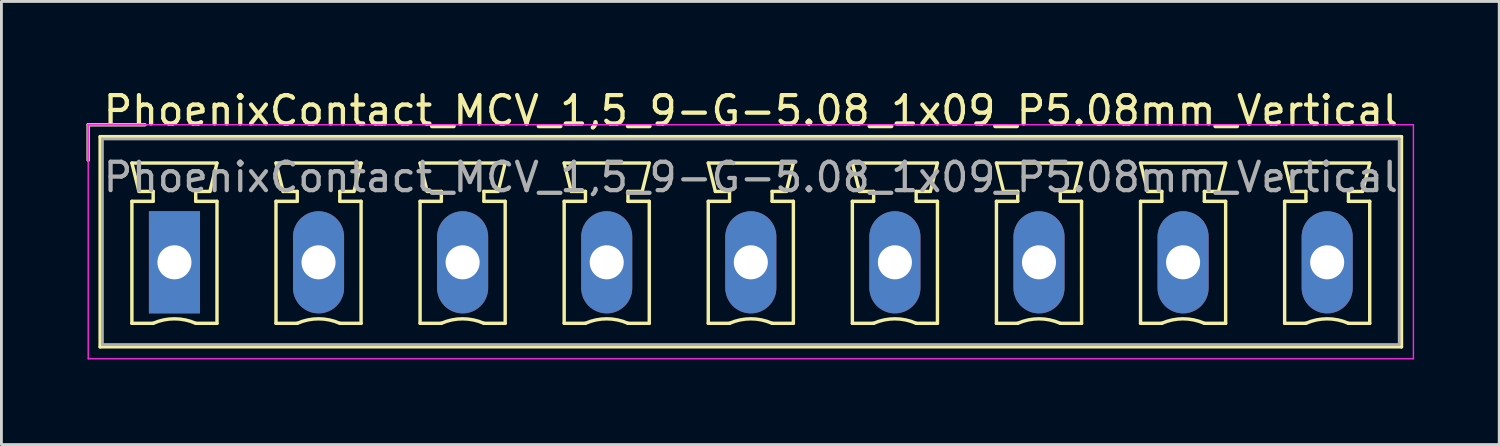
<source format=kicad_pcb>
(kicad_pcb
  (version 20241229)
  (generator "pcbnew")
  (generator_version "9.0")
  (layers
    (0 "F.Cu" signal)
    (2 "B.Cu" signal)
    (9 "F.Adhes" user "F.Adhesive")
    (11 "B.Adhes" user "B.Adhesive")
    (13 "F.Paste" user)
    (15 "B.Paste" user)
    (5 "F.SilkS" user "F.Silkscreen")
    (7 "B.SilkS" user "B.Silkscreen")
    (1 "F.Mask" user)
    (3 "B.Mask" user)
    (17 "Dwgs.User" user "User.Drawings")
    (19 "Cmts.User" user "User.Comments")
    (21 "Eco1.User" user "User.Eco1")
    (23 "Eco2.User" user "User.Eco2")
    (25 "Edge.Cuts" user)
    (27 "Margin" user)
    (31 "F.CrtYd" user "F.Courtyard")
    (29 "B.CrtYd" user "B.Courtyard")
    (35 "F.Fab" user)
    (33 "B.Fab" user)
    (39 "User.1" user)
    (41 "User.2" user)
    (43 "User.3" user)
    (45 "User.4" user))
  (footprint "PhoenixContact_MCV_1,5_9-G-5.08_1x09_P5.08mm_Vertical"
    (layer "F.Cu")
    (at 3.1 6.198)
    (property "Reference" "PhoenixContact_MCV_1,5_9-G-5.08_1x09_P5.08mm_Vertical" (at 20.32 -5.35 0) (layer "F.SilkS") (effects (font (size 1 1) (thickness 0.15))))
    (attr through_hole)
    (fp_line (start -3.04 -4.85) (end -1.04 -4.85) (stroke (width 0.12) (type solid)) (layer "F.SilkS"))
    (fp_line (start -3.04 -3.6) (end -3.04 -4.85) (stroke (width 0.12) (type solid)) (layer "F.SilkS"))
    (fp_line (start -2.62 -4.43) (end -2.62 2.98) (stroke (width 0.12) (type solid)) (layer "F.SilkS"))
    (fp_line (start -2.62 2.98) (end 43.26 2.98) (stroke (width 0.12) (type solid)) (layer "F.SilkS"))
    (fp_line (start -1.5 -3.5) (end 1.5 -3.5) (stroke (width 0.12) (type solid)) (layer "F.SilkS"))
    (fp_line (start -1.5 -2.15) (end -0.75 -2.15) (stroke (width 0.12) (type solid)) (layer "F.SilkS"))
    (fp_line (start -1.5 2.15) (end -1.5 -2.15) (stroke (width 0.12) (type solid)) (layer "F.SilkS"))
    (fp_line (start -1.25 -2.5) (end -1.5 -3.5) (stroke (width 0.12) (type solid)) (layer "F.SilkS"))
    (fp_line (start -0.75 -2.5) (end -1.25 -2.5) (stroke (width 0.12) (type solid)) (layer "F.SilkS"))
    (fp_line (start -0.75 -2.15) (end -0.75 -2.5) (stroke (width 0.12) (type solid)) (layer "F.SilkS"))
    (fp_line (start -0.75 2.15) (end -1.5 2.15) (stroke (width 0.12) (type solid)) (layer "F.SilkS"))
    (fp_line (start 0.75 -2.5) (end 0.75 -2.15) (stroke (width 0.12) (type solid)) (layer "F.SilkS"))
    (fp_line (start 0.75 -2.15) (end 1.5 -2.15) (stroke (width 0.12) (type solid)) (layer "F.SilkS"))
    (fp_line (start 1.25 -2.5) (end 0.75 -2.5) (stroke (width 0.12) (type solid)) (layer "F.SilkS"))
    (fp_line (start 1.5 -3.5) (end 1.25 -2.5) (stroke (width 0.12) (type solid)) (layer "F.SilkS"))
    (fp_line (start 1.5 -2.15) (end 1.5 2.15) (stroke (width 0.12) (type solid)) (layer "F.SilkS"))
    (fp_line (start 1.5 2.15) (end 0.75 2.15) (stroke (width 0.12) (type solid)) (layer "F.SilkS"))
    (fp_line (start 3.58 -3.5) (end 6.58 -3.5) (stroke (width 0.12) (type solid)) (layer "F.SilkS"))
    (fp_line (start 3.58 -2.15) (end 4.33 -2.15) (stroke (width 0.12) (type solid)) (layer "F.SilkS"))
    (fp_line (start 3.58 2.15) (end 3.58 -2.15) (stroke (width 0.12) (type solid)) (layer "F.SilkS"))
    (fp_line (start 3.83 -2.5) (end 3.58 -3.5) (stroke (width 0.12) (type solid)) (layer "F.SilkS"))
    (fp_line (start 4.33 -2.5) (end 3.83 -2.5) (stroke (width 0.12) (type solid)) (layer "F.SilkS"))
    (fp_line (start 4.33 -2.15) (end 4.33 -2.5) (stroke (width 0.12) (type solid)) (layer "F.SilkS"))
    (fp_line (start 4.33 2.15) (end 3.58 2.15) (stroke (width 0.12) (type solid)) (layer "F.SilkS"))
    (fp_line (start 5.83 -2.5) (end 5.83 -2.15) (stroke (width 0.12) (type solid)) (layer "F.SilkS"))
    (fp_line (start 5.83 -2.15) (end 6.58 -2.15) (stroke (width 0.12) (type solid)) (layer "F.SilkS"))
    (fp_line (start 6.33 -2.5) (end 5.83 -2.5) (stroke (width 0.12) (type solid)) (layer "F.SilkS"))
    (fp_line (start 6.58 -3.5) (end 6.33 -2.5) (stroke (width 0.12) (type solid)) (layer "F.SilkS"))
    (fp_line (start 6.58 -2.15) (end 6.58 2.15) (stroke (width 0.12) (type solid)) (layer "F.SilkS"))
    (fp_line (start 6.58 2.15) (end 5.83 2.15) (stroke (width 0.12) (type solid)) (layer "F.SilkS"))
    (fp_line (start 8.66 -3.5) (end 11.66 -3.5) (stroke (width 0.12) (type solid)) (layer "F.SilkS"))
    (fp_line (start 8.66 -2.15) (end 9.41 -2.15) (stroke (width 0.12) (type solid)) (layer "F.SilkS"))
    (fp_line (start 8.66 2.15) (end 8.66 -2.15) (stroke (width 0.12) (type solid)) (layer "F.SilkS"))
    (fp_line (start 8.91 -2.5) (end 8.66 -3.5) (stroke (width 0.12) (type solid)) (layer "F.SilkS"))
    (fp_line (start 9.41 -2.5) (end 8.91 -2.5) (stroke (width 0.12) (type solid)) (layer "F.SilkS"))
    (fp_line (start 9.41 -2.15) (end 9.41 -2.5) (stroke (width 0.12) (type solid)) (layer "F.SilkS"))
    (fp_line (start 9.41 2.15) (end 8.66 2.15) (stroke (width 0.12) (type solid)) (layer "F.SilkS"))
    (fp_line (start 10.91 -2.5) (end 10.91 -2.15) (stroke (width 0.12) (type solid)) (layer "F.SilkS"))
    (fp_line (start 10.91 -2.15) (end 11.66 -2.15) (stroke (width 0.12) (type solid)) (layer "F.SilkS"))
    (fp_line (start 11.41 -2.5) (end 10.91 -2.5) (stroke (width 0.12) (type solid)) (layer "F.SilkS"))
    (fp_line (start 11.66 -3.5) (end 11.41 -2.5) (stroke (width 0.12) (type solid)) (layer "F.SilkS"))
    (fp_line (start 11.66 -2.15) (end 11.66 2.15) (stroke (width 0.12) (type solid)) (layer "F.SilkS"))
    (fp_line (start 11.66 2.15) (end 10.91 2.15) (stroke (width 0.12) (type solid)) (layer "F.SilkS"))
    (fp_line (start 13.74 -3.5) (end 16.74 -3.5) (stroke (width 0.12) (type solid)) (layer "F.SilkS"))
    (fp_line (start 13.74 -2.15) (end 14.49 -2.15) (stroke (width 0.12) (type solid)) (layer "F.SilkS"))
    (fp_line (start 13.74 2.15) (end 13.74 -2.15) (stroke (width 0.12) (type solid)) (layer "F.SilkS"))
    (fp_line (start 13.99 -2.5) (end 13.74 -3.5) (stroke (width 0.12) (type solid)) (layer "F.SilkS"))
    (fp_line (start 14.49 -2.5) (end 13.99 -2.5) (stroke (width 0.12) (type solid)) (layer "F.SilkS"))
    (fp_line (start 14.49 -2.15) (end 14.49 -2.5) (stroke (width 0.12) (type solid)) (layer "F.SilkS"))
    (fp_line (start 14.49 2.15) (end 13.74 2.15) (stroke (width 0.12) (type solid)) (layer "F.SilkS"))
    (fp_line (start 15.99 -2.5) (end 15.99 -2.15) (stroke (width 0.12) (type solid)) (layer "F.SilkS"))
    (fp_line (start 15.99 -2.15) (end 16.74 -2.15) (stroke (width 0.12) (type solid)) (layer "F.SilkS"))
    (fp_line (start 16.49 -2.5) (end 15.99 -2.5) (stroke (width 0.12) (type solid)) (layer "F.SilkS"))
    (fp_line (start 16.74 -3.5) (end 16.49 -2.5) (stroke (width 0.12) (type solid)) (layer "F.SilkS"))
    (fp_line (start 16.74 -2.15) (end 16.74 2.15) (stroke (width 0.12) (type solid)) (layer "F.SilkS"))
    (fp_line (start 16.74 2.15) (end 15.99 2.15) (stroke (width 0.12) (type solid)) (layer "F.SilkS"))
    (fp_line (start 18.82 -3.5) (end 21.82 -3.5) (stroke (width 0.12) (type solid)) (layer "F.SilkS"))
    (fp_line (start 18.82 -2.15) (end 19.57 -2.15) (stroke (width 0.12) (type solid)) (layer "F.SilkS"))
    (fp_line (start 18.82 2.15) (end 18.82 -2.15) (stroke (width 0.12) (type solid)) (layer "F.SilkS"))
    (fp_line (start 19.07 -2.5) (end 18.82 -3.5) (stroke (width 0.12) (type solid)) (layer "F.SilkS"))
    (fp_line (start 19.57 -2.5) (end 19.07 -2.5) (stroke (width 0.12) (type solid)) (layer "F.SilkS"))
    (fp_line (start 19.57 -2.15) (end 19.57 -2.5) (stroke (width 0.12) (type solid)) (layer "F.SilkS"))
    (fp_line (start 19.57 2.15) (end 18.82 2.15) (stroke (width 0.12) (type solid)) (layer "F.SilkS"))
    (fp_line (start 21.07 -2.5) (end 21.07 -2.15) (stroke (width 0.12) (type solid)) (layer "F.SilkS"))
    (fp_line (start 21.07 -2.15) (end 21.82 -2.15) (stroke (width 0.12) (type solid)) (layer "F.SilkS"))
    (fp_line (start 21.57 -2.5) (end 21.07 -2.5) (stroke (width 0.12) (type solid)) (layer "F.SilkS"))
    (fp_line (start 21.82 -3.5) (end 21.57 -2.5) (stroke (width 0.12) (type solid)) (layer "F.SilkS"))
    (fp_line (start 21.82 -2.15) (end 21.82 2.15) (stroke (width 0.12) (type solid)) (layer "F.SilkS"))
    (fp_line (start 21.82 2.15) (end 21.07 2.15) (stroke (width 0.12) (type solid)) (layer "F.SilkS"))
    (fp_line (start 23.9 -3.5) (end 26.9 -3.5) (stroke (width 0.12) (type solid)) (layer "F.SilkS"))
    (fp_line (start 23.9 -2.15) (end 24.65 -2.15) (stroke (width 0.12) (type solid)) (layer "F.SilkS"))
    (fp_line (start 23.9 2.15) (end 23.9 -2.15) (stroke (width 0.12) (type solid)) (layer "F.SilkS"))
    (fp_line (start 24.15 -2.5) (end 23.9 -3.5) (stroke (width 0.12) (type solid)) (layer "F.SilkS"))
    (fp_line (start 24.65 -2.5) (end 24.15 -2.5) (stroke (width 0.12) (type solid)) (layer "F.SilkS"))
    (fp_line (start 24.65 -2.15) (end 24.65 -2.5) (stroke (width 0.12) (type solid)) (layer "F.SilkS"))
    (fp_line (start 24.65 2.15) (end 23.9 2.15) (stroke (width 0.12) (type solid)) (layer "F.SilkS"))
    (fp_line (start 26.15 -2.5) (end 26.15 -2.15) (stroke (width 0.12) (type solid)) (layer "F.SilkS"))
    (fp_line (start 26.15 -2.15) (end 26.9 -2.15) (stroke (width 0.12) (type solid)) (layer "F.SilkS"))
    (fp_line (start 26.65 -2.5) (end 26.15 -2.5) (stroke (width 0.12) (type solid)) (layer "F.SilkS"))
    (fp_line (start 26.9 -3.5) (end 26.65 -2.5) (stroke (width 0.12) (type solid)) (layer "F.SilkS"))
    (fp_line (start 26.9 -2.15) (end 26.9 2.15) (stroke (width 0.12) (type solid)) (layer "F.SilkS"))
    (fp_line (start 26.9 2.15) (end 26.15 2.15) (stroke (width 0.12) (type solid)) (layer "F.SilkS"))
    (fp_line (start 28.98 -3.5) (end 31.98 -3.5) (stroke (width 0.12) (type solid)) (layer "F.SilkS"))
    (fp_line (start 28.98 -2.15) (end 29.73 -2.15) (stroke (width 0.12) (type solid)) (layer "F.SilkS"))
    (fp_line (start 28.98 2.15) (end 28.98 -2.15) (stroke (width 0.12) (type solid)) (layer "F.SilkS"))
    (fp_line (start 29.23 -2.5) (end 28.98 -3.5) (stroke (width 0.12) (type solid)) (layer "F.SilkS"))
    (fp_line (start 29.73 -2.5) (end 29.23 -2.5) (stroke (width 0.12) (type solid)) (layer "F.SilkS"))
    (fp_line (start 29.73 -2.15) (end 29.73 -2.5) (stroke (width 0.12) (type solid)) (layer "F.SilkS"))
    (fp_line (start 29.73 2.15) (end 28.98 2.15) (stroke (width 0.12) (type solid)) (layer "F.SilkS"))
    (fp_line (start 31.23 -2.5) (end 31.23 -2.15) (stroke (width 0.12) (type solid)) (layer "F.SilkS"))
    (fp_line (start 31.23 -2.15) (end 31.98 -2.15) (stroke (width 0.12) (type solid)) (layer "F.SilkS"))
    (fp_line (start 31.73 -2.5) (end 31.23 -2.5) (stroke (width 0.12) (type solid)) (layer "F.SilkS"))
    (fp_line (start 31.98 -3.5) (end 31.73 -2.5) (stroke (width 0.12) (type solid)) (layer "F.SilkS"))
    (fp_line (start 31.98 -2.15) (end 31.98 2.15) (stroke (width 0.12) (type solid)) (layer "F.SilkS"))
    (fp_line (start 31.98 2.15) (end 31.23 2.15) (stroke (width 0.12) (type solid)) (layer "F.SilkS"))
    (fp_line (start 34.06 -3.5) (end 37.06 -3.5) (stroke (width 0.12) (type solid)) (layer "F.SilkS"))
    (fp_line (start 34.06 -2.15) (end 34.81 -2.15) (stroke (width 0.12) (type solid)) (layer "F.SilkS"))
    (fp_line (start 34.06 2.15) (end 34.06 -2.15) (stroke (width 0.12) (type solid)) (layer "F.SilkS"))
    (fp_line (start 34.31 -2.5) (end 34.06 -3.5) (stroke (width 0.12) (type solid)) (layer "F.SilkS"))
    (fp_line (start 34.81 -2.5) (end 34.31 -2.5) (stroke (width 0.12) (type solid)) (layer "F.SilkS"))
    (fp_line (start 34.81 -2.15) (end 34.81 -2.5) (stroke (width 0.12) (type solid)) (layer "F.SilkS"))
    (fp_line (start 34.81 2.15) (end 34.06 2.15) (stroke (width 0.12) (type solid)) (layer "F.SilkS"))
    (fp_line (start 36.31 -2.5) (end 36.31 -2.15) (stroke (width 0.12) (type solid)) (layer "F.SilkS"))
    (fp_line (start 36.31 -2.15) (end 37.06 -2.15) (stroke (width 0.12) (type solid)) (layer "F.SilkS"))
    (fp_line (start 36.81 -2.5) (end 36.31 -2.5) (stroke (width 0.12) (type solid)) (layer "F.SilkS"))
    (fp_line (start 37.06 -3.5) (end 36.81 -2.5) (stroke (width 0.12) (type solid)) (layer "F.SilkS"))
    (fp_line (start 37.06 -2.15) (end 37.06 2.15) (stroke (width 0.12) (type solid)) (layer "F.SilkS"))
    (fp_line (start 37.06 2.15) (end 36.31 2.15) (stroke (width 0.12) (type solid)) (layer "F.SilkS"))
    (fp_line (start 39.14 -3.5) (end 42.14 -3.5) (stroke (width 0.12) (type solid)) (layer "F.SilkS"))
    (fp_line (start 39.14 -2.15) (end 39.89 -2.15) (stroke (width 0.12) (type solid)) (layer "F.SilkS"))
    (fp_line (start 39.14 2.15) (end 39.14 -2.15) (stroke (width 0.12) (type solid)) (layer "F.SilkS"))
    (fp_line (start 39.39 -2.5) (end 39.14 -3.5) (stroke (width 0.12) (type solid)) (layer "F.SilkS"))
    (fp_line (start 39.89 -2.5) (end 39.39 -2.5) (stroke (width 0.12) (type solid)) (layer "F.SilkS"))
    (fp_line (start 39.89 -2.15) (end 39.89 -2.5) (stroke (width 0.12) (type solid)) (layer "F.SilkS"))
    (fp_line (start 39.89 2.15) (end 39.14 2.15) (stroke (width 0.12) (type solid)) (layer "F.SilkS"))
    (fp_line (start 41.39 -2.5) (end 41.39 -2.15) (stroke (width 0.12) (type solid)) (layer "F.SilkS"))
    (fp_line (start 41.39 -2.15) (end 42.14 -2.15) (stroke (width 0.12) (type solid)) (layer "F.SilkS"))
    (fp_line (start 41.89 -2.5) (end 41.39 -2.5) (stroke (width 0.12) (type solid)) (layer "F.SilkS"))
    (fp_line (start 42.14 -3.5) (end 41.89 -2.5) (stroke (width 0.12) (type solid)) (layer "F.SilkS"))
    (fp_line (start 42.14 -2.15) (end 42.14 2.15) (stroke (width 0.12) (type solid)) (layer "F.SilkS"))
    (fp_line (start 42.14 2.15) (end 41.39 2.15) (stroke (width 0.12) (type solid)) (layer "F.SilkS"))
    (fp_line (start 43.26 -4.43) (end -2.62 -4.43) (stroke (width 0.12) (type solid)) (layer "F.SilkS"))
    (fp_line (start 43.26 2.98) (end 43.26 -4.43) (stroke (width 0.12) (type solid)) (layer "F.SilkS"))
    (fp_arc (start -0.75 2.15) (mid -0.000193 1.99191) (end 0.749647 2.149844) (stroke (width 0.12) (type solid)) (layer "F.SilkS"))
    (fp_arc (start 4.33 2.15) (mid 5.079807 1.99191) (end 5.829647 2.149844) (stroke (width 0.12) (type solid)) (layer "F.SilkS"))
    (fp_arc (start 9.41 2.15) (mid 10.159807 1.99191) (end 10.909647 2.149844) (stroke (width 0.12) (type solid)) (layer "F.SilkS"))
    (fp_arc (start 14.49 2.15) (mid 15.239807 1.99191) (end 15.989647 2.149844) (stroke (width 0.12) (type solid)) (layer "F.SilkS"))
    (fp_arc (start 19.57 2.15) (mid 20.319807 1.99191) (end 21.069647 2.149844) (stroke (width 0.12) (type solid)) (layer "F.SilkS"))
    (fp_arc (start 24.65 2.15) (mid 25.399807 1.99191) (end 26.149647 2.149844) (stroke (width 0.12) (type solid)) (layer "F.SilkS"))
    (fp_arc (start 29.73 2.15) (mid 30.479807 1.99191) (end 31.229647 2.149844) (stroke (width 0.12) (type solid)) (layer "F.SilkS"))
    (fp_arc (start 34.81 2.15) (mid 35.559807 1.99191) (end 36.309647 2.149844) (stroke (width 0.12) (type solid)) (layer "F.SilkS"))
    (fp_arc (start 39.89 2.15) (mid 40.639807 1.99191) (end 41.389647 2.149844) (stroke (width 0.12) (type solid)) (layer "F.SilkS"))
    (fp_line (start -3.04 -4.85) (end -3.04 3.4) (stroke (width 0.05) (type solid)) (layer "F.CrtYd"))
    (fp_line (start -3.04 3.4) (end 43.68 3.4) (stroke (width 0.05) (type solid)) (layer "F.CrtYd"))
    (fp_line (start 43.68 -4.85) (end -3.04 -4.85) (stroke (width 0.05) (type solid)) (layer "F.CrtYd"))
    (fp_line (start 43.68 3.4) (end 43.68 -4.85) (stroke (width 0.05) (type solid)) (layer "F.CrtYd"))
    (fp_line (start -3.04 -4.85) (end -1.04 -4.85) (stroke (width 0.1) (type solid)) (layer "F.Fab"))
    (fp_line (start -3.04 -3.6) (end -3.04 -4.85) (stroke (width 0.1) (type solid)) (layer "F.Fab"))
    (fp_line (start -2.54 -4.35) (end -2.54 2.9) (stroke (width 0.1) (type solid)) (layer "F.Fab"))
    (fp_line (start -2.54 2.9) (end 43.18 2.9) (stroke (width 0.1) (type solid)) (layer "F.Fab"))
    (fp_line (start 43.18 -4.35) (end -2.54 -4.35) (stroke (width 0.1) (type solid)) (layer "F.Fab"))
    (fp_line (start 43.18 2.9) (end 43.18 -4.35) (stroke (width 0.1) (type solid)) (layer "F.Fab"))
    (fp_text user "${REFERENCE}" (at 20.32 -3 0) (layer "F.Fab") (effects (font (size 1 1) (thickness 0.15))))
    (pad "1" thru_hole rect (at 0 0) (size 1.8 3.6) (drill 1.2) (layers "*.Cu" "*.Mask"))
    (pad "2" thru_hole oval (at 5.08 0) (size 1.8 3.6) (drill 1.2) (layers "*.Cu" "*.Mask"))
    (pad "3" thru_hole oval (at 10.16 0) (size 1.8 3.6) (drill 1.2) (layers "*.Cu" "*.Mask"))
    (pad "4" thru_hole oval (at 15.24 0) (size 1.8 3.6) (drill 1.2) (layers "*.Cu" "*.Mask"))
    (pad "5" thru_hole oval (at 20.32 0) (size 1.8 3.6) (drill 1.2) (layers "*.Cu" "*.Mask"))
    (pad "6" thru_hole oval (at 25.4 0) (size 1.8 3.6) (drill 1.2) (layers "*.Cu" "*.Mask"))
    (pad "7" thru_hole oval (at 30.48 0) (size 1.8 3.6) (drill 1.2) (layers "*.Cu" "*.Mask"))
    (pad "8" thru_hole oval (at 35.56 0) (size 1.8 3.6) (drill 1.2) (layers "*.Cu" "*.Mask"))
    (pad "9" thru_hole oval (at 40.64 0) (size 1.8 3.6) (drill 1.2) (layers "*.Cu" "*.Mask")))
  (gr_rect
    (start -3 -3)
    (end 49.805 12.623)
    (stroke (width 0.1) (type default))
    (fill no)
    (layer "Edge.Cuts")))
</source>
